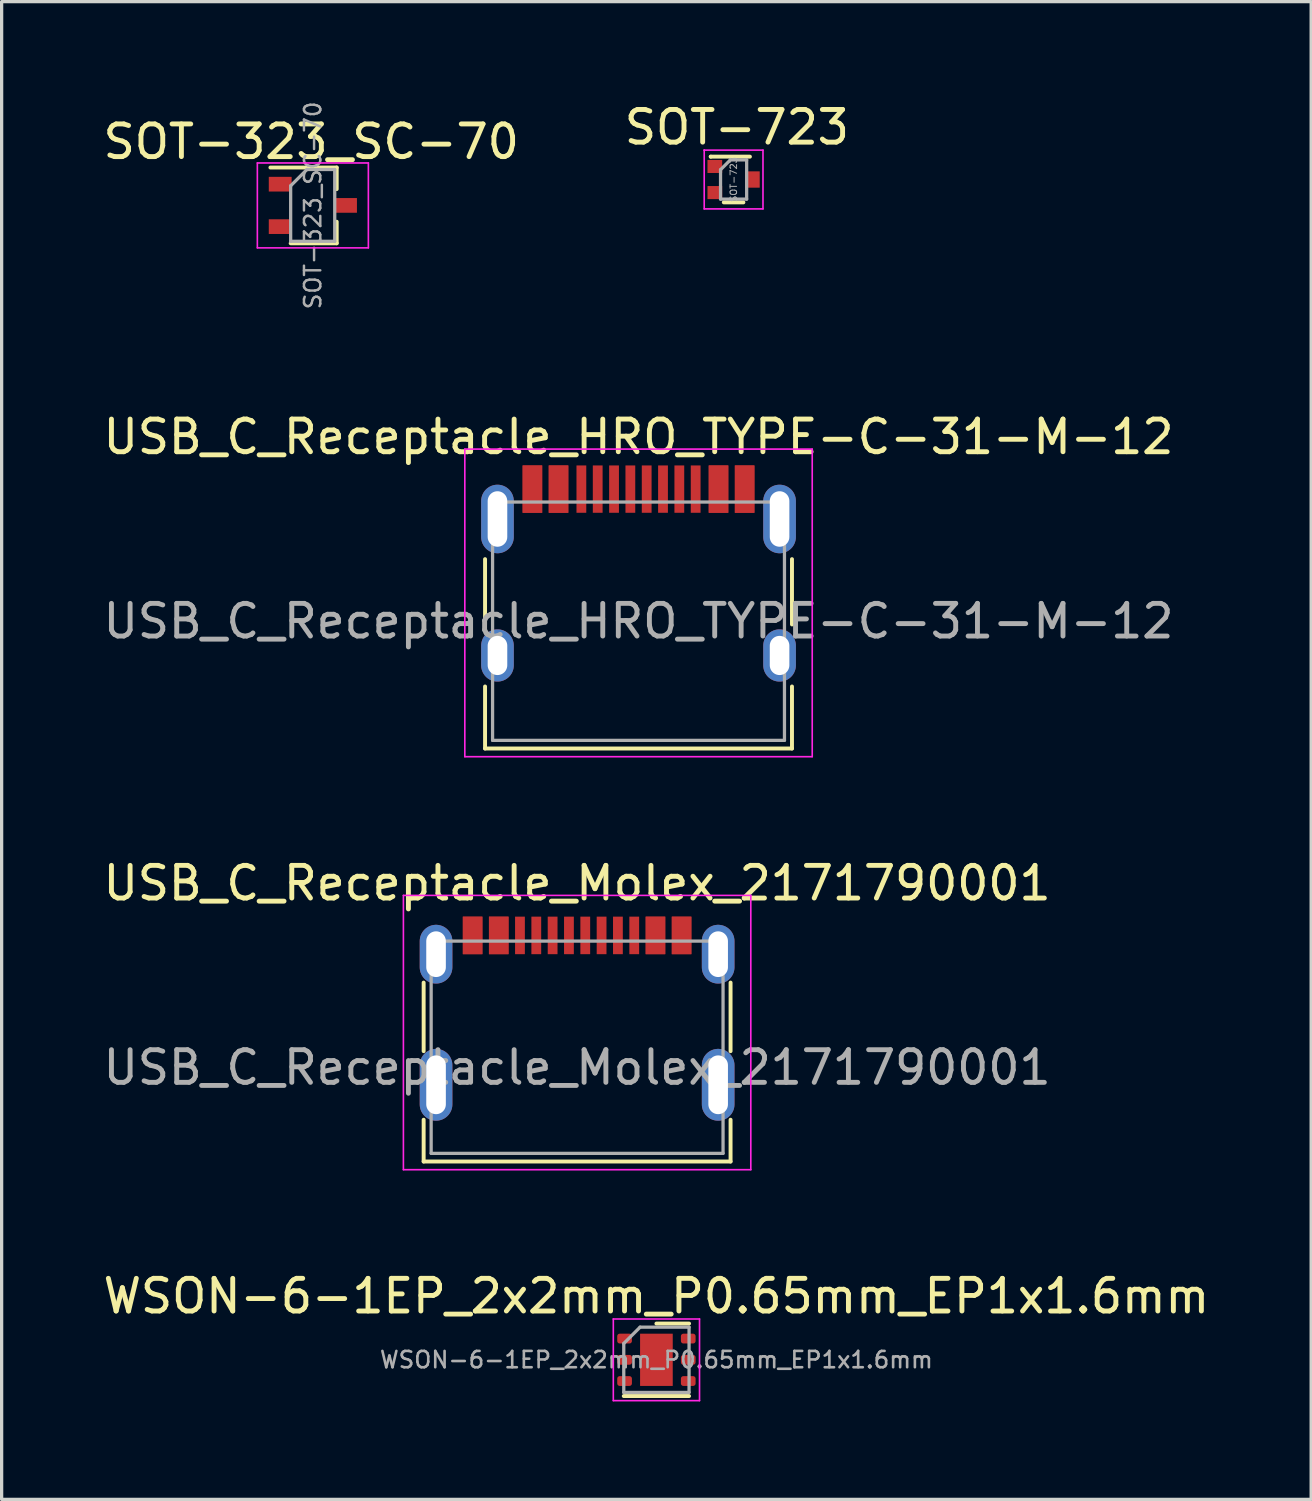
<source format=kicad_pcb>
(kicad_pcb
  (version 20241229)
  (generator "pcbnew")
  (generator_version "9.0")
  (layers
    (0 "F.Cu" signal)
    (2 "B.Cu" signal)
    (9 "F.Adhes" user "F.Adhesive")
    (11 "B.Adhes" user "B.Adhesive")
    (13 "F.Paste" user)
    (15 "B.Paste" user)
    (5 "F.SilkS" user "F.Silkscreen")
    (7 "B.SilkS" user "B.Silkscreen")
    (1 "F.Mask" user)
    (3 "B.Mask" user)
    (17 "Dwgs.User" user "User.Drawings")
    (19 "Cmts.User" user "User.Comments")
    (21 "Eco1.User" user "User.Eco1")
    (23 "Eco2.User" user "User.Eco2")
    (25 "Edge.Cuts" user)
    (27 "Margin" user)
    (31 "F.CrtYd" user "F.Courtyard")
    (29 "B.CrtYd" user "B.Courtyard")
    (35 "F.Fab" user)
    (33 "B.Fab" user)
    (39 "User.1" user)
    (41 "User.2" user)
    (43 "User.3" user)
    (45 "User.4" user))
  (footprint "SOT-323_SC-70"
    (layer "F.Cu")
    (at 6.532 3.241)
    (property "Reference" "SOT-323_SC-70" (at -0.05 -1.95 0) (layer "F.SilkS") (effects (font (size 1 1) (thickness 0.15))))
    (attr smd)
    (fp_line (start -0.68 1.16) (end 0.73 1.16) (stroke (width 0.12) (type solid)) (layer "F.SilkS"))
    (fp_line (start 0.73 -1.16) (end -1.3 -1.16) (stroke (width 0.12) (type solid)) (layer "F.SilkS"))
    (fp_line (start 0.73 -1.16) (end 0.73 -0.5) (stroke (width 0.12) (type solid)) (layer "F.SilkS"))
    (fp_line (start 0.73 0.5) (end 0.73 1.16) (stroke (width 0.12) (type solid)) (layer "F.SilkS"))
    (fp_line (start -1.7 -1.3) (end 1.7 -1.3) (stroke (width 0.05) (type solid)) (layer "F.CrtYd"))
    (fp_line (start -1.7 1.3) (end -1.7 -1.3) (stroke (width 0.05) (type solid)) (layer "F.CrtYd"))
    (fp_line (start 1.7 -1.3) (end 1.7 1.3) (stroke (width 0.05) (type solid)) (layer "F.CrtYd"))
    (fp_line (start 1.7 1.3) (end -1.7 1.3) (stroke (width 0.05) (type solid)) (layer "F.CrtYd"))
    (fp_line (start -0.68 -0.6) (end -0.68 1.1) (stroke (width 0.1) (type solid)) (layer "F.Fab"))
    (fp_line (start -0.18 -1.1) (end -0.68 -0.6) (stroke (width 0.1) (type solid)) (layer "F.Fab"))
    (fp_line (start 0.67 -1.1) (end -0.18 -1.1) (stroke (width 0.1) (type solid)) (layer "F.Fab"))
    (fp_line (start 0.67 -1.1) (end 0.67 1.1) (stroke (width 0.1) (type solid)) (layer "F.Fab"))
    (fp_line (start 0.67 1.1) (end -0.68 1.1) (stroke (width 0.1) (type solid)) (layer "F.Fab"))
    (fp_text user "${REFERENCE}" (at 0 0 90) (layer "F.Fab") (effects (font (size 0.5 0.5) (thickness 0.075))))
    (pad "1" smd rect (at -1 -0.65 90) (size 0.45 0.7) (layers "F.Cu" "F.Mask" "F.Paste"))
    (pad "2" smd rect (at -1 0.65 90) (size 0.45 0.7) (layers "F.Cu" "F.Mask" "F.Paste"))
    (pad "3" smd rect (at 1 0 90) (size 0.45 0.7) (layers "F.Cu" "F.Mask" "F.Paste")))
  (footprint "SOT-723"
    (layer "F.Cu")
    (at 19.418 2.448)
    (property "Reference" "SOT-723" (at 0.1 -1.6 0) (layer "F.SilkS") (effects (font (size 1 1) (thickness 0.15))))
    (attr smd)
    (fp_line (start -0.7 -0.7) (end -0.7 -0.7) (stroke (width 0.12) (type solid)) (layer "F.SilkS"))
    (fp_line (start 0.3 0.7) (end -0.3 0.7) (stroke (width 0.12) (type solid)) (layer "F.SilkS"))
    (fp_line (start 0.5 -0.7) (end -0.7 -0.7) (stroke (width 0.12) (type solid)) (layer "F.SilkS"))
    (fp_line (start -0.9 -0.9) (end -0.9 -0.9) (stroke (width 0.05) (type solid)) (layer "F.CrtYd"))
    (fp_line (start -0.9 -0.9) (end 0.9 -0.9) (stroke (width 0.05) (type solid)) (layer "F.CrtYd"))
    (fp_line (start -0.9 0.9) (end -0.9 -0.9) (stroke (width 0.05) (type solid)) (layer "F.CrtYd"))
    (fp_line (start 0.9 -0.9) (end 0.9 0.9) (stroke (width 0.05) (type solid)) (layer "F.CrtYd"))
    (fp_line (start 0.9 0.9) (end -0.9 0.9) (stroke (width 0.05) (type solid)) (layer "F.CrtYd"))
    (fp_line (start -0.4 -0.3) (end -0.1 -0.6) (stroke (width 0.1) (type solid)) (layer "F.Fab"))
    (fp_line (start -0.4 0.6) (end -0.4 -0.3) (stroke (width 0.1) (type solid)) (layer "F.Fab"))
    (fp_line (start -0.1 -0.6) (end 0.4 -0.6) (stroke (width 0.1) (type solid)) (layer "F.Fab"))
    (fp_line (start 0.4 -0.6) (end 0.4 0.6) (stroke (width 0.1) (type solid)) (layer "F.Fab"))
    (fp_line (start 0.4 0.6) (end -0.4 0.6) (stroke (width 0.1) (type solid)) (layer "F.Fab"))
    (fp_text user "${REFERENCE}" (at 0 0 90) (layer "F.Fab") (effects (font (size 0.2 0.2) (thickness 0.03))))
    (pad "1" smd rect (at -0.575 -0.4 180) (size 0.45 0.4) (layers "F.Cu" "F.Mask" "F.Paste"))
    (pad "2" smd rect (at -0.575 0.4 180) (size 0.45 0.4) (layers "F.Cu" "F.Mask" "F.Paste"))
    (pad "3" smd rect (at 0.575 0 180) (size 0.45 0.5) (layers "F.Cu" "F.Mask" "F.Paste")))
  (footprint "USB_C_Receptacle_Molex_2171790001"
    (layer "F.Cu")
    (at 14.625 29.644)
    (property "Reference" "USB_C_Receptacle_Molex_2171790001" (at 0 -5.645 0) (layer "F.SilkS") (effects (font (size 1 1) (thickness 0.15))))
    (attr smd)
    (fp_line (start -4.7 -2.6) (end -4.7 -0.5) (stroke (width 0.12) (type solid)) (layer "F.SilkS"))
    (fp_line (start -4.7 1.6) (end -4.7 2.88) (stroke (width 0.12) (type solid)) (layer "F.SilkS"))
    (fp_line (start -4.7 2.88) (end 4.7 2.88) (stroke (width 0.12) (type solid)) (layer "F.SilkS"))
    (fp_line (start 4.7 -2.6) (end 4.7 -0.5) (stroke (width 0.12) (type solid)) (layer "F.SilkS"))
    (fp_line (start 4.7 1.6) (end 4.7 2.88) (stroke (width 0.12) (type solid)) (layer "F.SilkS"))
    (fp_line (start -5.32 -5.27) (end -5.32 3.13) (stroke (width 0.05) (type solid)) (layer "F.CrtYd"))
    (fp_line (start -5.32 -5.27) (end 5.32 -5.27) (stroke (width 0.05) (type solid)) (layer "F.CrtYd"))
    (fp_line (start -5.32 3.13) (end 5.32 3.13) (stroke (width 0.05) (type solid)) (layer "F.CrtYd"))
    (fp_line (start 5.32 -5.27) (end 5.32 3.13) (stroke (width 0.05) (type solid)) (layer "F.CrtYd"))
    (fp_line (start -4.47 -3.87) (end -4.47 2.63) (stroke (width 0.1) (type solid)) (layer "F.Fab"))
    (fp_line (start -4.47 -3.87) (end 4.47 -3.87) (stroke (width 0.1) (type solid)) (layer "F.Fab"))
    (fp_line (start -4.47 2.63) (end 4.47 2.63) (stroke (width 0.1) (type solid)) (layer "F.Fab"))
    (fp_line (start 4.47 -3.87) (end 4.47 2.63) (stroke (width 0.1) (type solid)) (layer "F.Fab"))
    (fp_text user "${REFERENCE}" (at 0 0 0) (layer "F.Fab") (effects (font (size 1 1) (thickness 0.15))))
    (pad "A1" smd rect (at -3.2 -4.045 180) (size 0.6 1.15) (layers "F.Cu" "F.Mask" "F.Paste"))
    (pad "A4" smd rect (at -2.4 -4.045 180) (size 0.6 1.15) (layers "F.Cu" "F.Mask" "F.Paste"))
    (pad "A5" smd rect (at -1.25 -4.045 180) (size 0.3 1.15) (layers "F.Cu" "F.Mask" "F.Paste"))
    (pad "A6" smd rect (at -0.25 -4.045 180) (size 0.3 1.15) (layers "F.Cu" "F.Mask" "F.Paste"))
    (pad "A7" smd rect (at 0.25 -4.045 180) (size 0.3 1.15) (layers "F.Cu" "F.Mask" "F.Paste"))
    (pad "A8" smd rect (at 1.25 -4.045 180) (size 0.3 1.15) (layers "F.Cu" "F.Mask" "F.Paste"))
    (pad "A9" smd rect (at 2.4 -4.045 180) (size 0.6 1.15) (layers "F.Cu" "F.Mask" "F.Paste"))
    (pad "A12" smd rect (at 3.2 -4.045 180) (size 0.6 1.15) (layers "F.Cu" "F.Mask" "F.Paste"))
    (pad "B1" smd rect (at 3.2 -4.045 180) (size 0.6 1.15) (layers "F.Cu" "F.Mask" "F.Paste"))
    (pad "B4" smd rect (at 2.4 -4.045 180) (size 0.6 1.15) (layers "F.Cu" "F.Mask" "F.Paste"))
    (pad "B5" smd rect (at 1.75 -4.045 180) (size 0.3 1.15) (layers "F.Cu" "F.Mask" "F.Paste"))
    (pad "B6" smd rect (at 0.75 -4.045 180) (size 0.3 1.15) (layers "F.Cu" "F.Mask" "F.Paste"))
    (pad "B7" smd rect (at -0.75 -4.045 180) (size 0.3 1.15) (layers "F.Cu" "F.Mask" "F.Paste"))
    (pad "B8" smd rect (at -1.75 -4.045 180) (size 0.3 1.15) (layers "F.Cu" "F.Mask" "F.Paste"))
    (pad "B9" smd rect (at -2.4 -4.045 180) (size 0.6 1.15) (layers "F.Cu" "F.Mask" "F.Paste"))
    (pad "B12" smd rect (at -3.2 -4.045 180) (size 0.6 1.15) (layers "F.Cu" "F.Mask" "F.Paste"))
    (pad "S1" thru_hole oval (at -4.32 -3.47 180) (size 1 1.8) (drill oval 0.6 1.4) (layers "*.Cu" "*.Mask"))
    (pad "S1" thru_hole oval (at -4.32 0.53 180) (size 1 2.2) (drill oval 0.6 1.8) (layers "*.Cu" "*.Mask"))
    (pad "S1" thru_hole oval (at 4.32 -3.47 180) (size 1 1.8) (drill oval 0.6 1.4) (layers "*.Cu" "*.Mask"))
    (pad "S1" thru_hole oval (at 4.32 0.53 180) (size 1 2.2) (drill oval 0.6 1.8) (layers "*.Cu" "*.Mask")))
  (footprint "WSON-6-1EP_2x2mm_P0.65mm_EP1x1.6mm"
    (layer "F.Cu")
    (at 17.054 38.597)
    (property "Reference" "WSON-6-1EP_2x2mm_P0.65mm_EP1x1.6mm" (at 0 -1.95 180) (layer "F.SilkS") (effects (font (size 1 1) (thickness 0.15))))
    (attr smd)
    (fp_line (start -1 1.11) (end 1 1.11) (stroke (width 0.12) (type solid)) (layer "F.SilkS"))
    (fp_line (start 0 -1.11) (end 1 -1.11) (stroke (width 0.12) (type solid)) (layer "F.SilkS"))
    (fp_line (start -1.32 -1.25) (end -1.32 1.25) (stroke (width 0.05) (type solid)) (layer "F.CrtYd"))
    (fp_line (start -1.32 1.25) (end 1.32 1.25) (stroke (width 0.05) (type solid)) (layer "F.CrtYd"))
    (fp_line (start 1.32 -1.25) (end -1.32 -1.25) (stroke (width 0.05) (type solid)) (layer "F.CrtYd"))
    (fp_line (start 1.32 1.25) (end 1.32 -1.25) (stroke (width 0.05) (type solid)) (layer "F.CrtYd"))
    (fp_line (start -1 -0.5) (end -0.5 -1) (stroke (width 0.1) (type solid)) (layer "F.Fab"))
    (fp_line (start -1 1) (end -1 -0.5) (stroke (width 0.1) (type solid)) (layer "F.Fab"))
    (fp_line (start -0.5 -1) (end 1 -1) (stroke (width 0.1) (type solid)) (layer "F.Fab"))
    (fp_line (start 1 -1) (end 1 1) (stroke (width 0.1) (type solid)) (layer "F.Fab"))
    (fp_line (start 1 1) (end -1 1) (stroke (width 0.1) (type solid)) (layer "F.Fab"))
    (fp_text user "${REFERENCE}" (at 0 0 180) (layer "F.Fab") (effects (font (size 0.5 0.5) (thickness 0.08))))
    (pad "" smd roundrect (at 0 -0.4) (size 0.81 0.64) (layers "F.Paste") (roundrect_rratio 0.25))
    (pad "" smd roundrect (at 0 0.4) (size 0.81 0.64) (layers "F.Paste") (roundrect_rratio 0.25))
    (pad "1" smd roundrect (at -0.975 -0.65) (size 0.45 0.3) (layers "F.Cu" "F.Mask" "F.Paste") (roundrect_rratio 0.25))
    (pad "2" smd roundrect (at -0.975 0) (size 0.45 0.3) (layers "F.Cu" "F.Mask" "F.Paste") (roundrect_rratio 0.25))
    (pad "3" smd roundrect (at -0.975 0.65) (size 0.45 0.3) (layers "F.Cu" "F.Mask" "F.Paste") (roundrect_rratio 0.25))
    (pad "4" smd roundrect (at 0.975 0.65) (size 0.45 0.3) (layers "F.Cu" "F.Mask" "F.Paste") (roundrect_rratio 0.25))
    (pad "5" smd roundrect (at 0.975 0) (size 0.45 0.3) (layers "F.Cu" "F.Mask" "F.Paste") (roundrect_rratio 0.25))
    (pad "6" smd roundrect (at 0.975 -0.65) (size 0.45 0.3) (layers "F.Cu" "F.Mask" "F.Paste") (roundrect_rratio 0.25))
    (pad "7" smd rect (at 0 0) (size 1 1.6) (layers "F.Cu" "F.Mask")))
  (footprint "USB_C_Receptacle_HRO_TYPE-C-31-M-12"
    (layer "F.Cu")
    (at 16.506 15.975)
    (property "Reference" "USB_C_Receptacle_HRO_TYPE-C-31-M-12" (at 0 -5.645 0) (layer "F.SilkS") (effects (font (size 1 1) (thickness 0.15))))
    (attr smd)
    (fp_line (start -4.7 -1.9) (end -4.7 0.1) (stroke (width 0.12) (type solid)) (layer "F.SilkS"))
    (fp_line (start -4.7 2) (end -4.7 3.9) (stroke (width 0.12) (type solid)) (layer "F.SilkS"))
    (fp_line (start -4.7 3.9) (end 4.7 3.9) (stroke (width 0.12) (type solid)) (layer "F.SilkS"))
    (fp_line (start 4.7 -1.9) (end 4.7 0.1) (stroke (width 0.12) (type solid)) (layer "F.SilkS"))
    (fp_line (start 4.7 2) (end 4.7 3.9) (stroke (width 0.12) (type solid)) (layer "F.SilkS"))
    (fp_line (start -5.32 -5.27) (end -5.32 4.15) (stroke (width 0.05) (type solid)) (layer "F.CrtYd"))
    (fp_line (start -5.32 -5.27) (end 5.32 -5.27) (stroke (width 0.05) (type solid)) (layer "F.CrtYd"))
    (fp_line (start -5.32 4.15) (end 5.32 4.15) (stroke (width 0.05) (type solid)) (layer "F.CrtYd"))
    (fp_line (start 5.32 -5.27) (end 5.32 4.15) (stroke (width 0.05) (type solid)) (layer "F.CrtYd"))
    (fp_line (start -4.47 -3.65) (end -4.47 3.65) (stroke (width 0.1) (type solid)) (layer "F.Fab"))
    (fp_line (start -4.47 -3.65) (end 4.47 -3.65) (stroke (width 0.1) (type solid)) (layer "F.Fab"))
    (fp_line (start -4.47 3.65) (end 4.47 3.65) (stroke (width 0.1) (type solid)) (layer "F.Fab"))
    (fp_line (start 4.47 -3.65) (end 4.47 3.65) (stroke (width 0.1) (type solid)) (layer "F.Fab"))
    (fp_text user "${REFERENCE}" (at 0 0 0) (layer "F.Fab") (effects (font (size 1 1) (thickness 0.15))))
    (pad "A1" smd rect (at -3.25 -4.045 180) (size 0.6 1.45) (layers "F.Cu" "F.Mask" "F.Paste"))
    (pad "A4" smd rect (at -2.45 -4.045 180) (size 0.6 1.45) (layers "F.Cu" "F.Mask" "F.Paste"))
    (pad "A5" smd rect (at -1.25 -4.045 180) (size 0.3 1.45) (layers "F.Cu" "F.Mask" "F.Paste"))
    (pad "A6" smd rect (at -0.25 -4.045 180) (size 0.3 1.45) (layers "F.Cu" "F.Mask" "F.Paste"))
    (pad "A7" smd rect (at 0.25 -4.045 180) (size 0.3 1.45) (layers "F.Cu" "F.Mask" "F.Paste"))
    (pad "A8" smd rect (at 1.25 -4.045 180) (size 0.3 1.45) (layers "F.Cu" "F.Mask" "F.Paste"))
    (pad "A9" smd rect (at 2.45 -4.045 180) (size 0.6 1.45) (layers "F.Cu" "F.Mask" "F.Paste"))
    (pad "A12" smd rect (at 3.25 -4.045 180) (size 0.6 1.45) (layers "F.Cu" "F.Mask" "F.Paste"))
    (pad "B1" smd rect (at 3.25 -4.045 180) (size 0.6 1.45) (layers "F.Cu" "F.Mask" "F.Paste"))
    (pad "B4" smd rect (at 2.45 -4.045 180) (size 0.6 1.45) (layers "F.Cu" "F.Mask" "F.Paste"))
    (pad "B5" smd rect (at 1.75 -4.045 180) (size 0.3 1.45) (layers "F.Cu" "F.Mask" "F.Paste"))
    (pad "B6" smd rect (at 0.75 -4.045 180) (size 0.3 1.45) (layers "F.Cu" "F.Mask" "F.Paste"))
    (pad "B7" smd rect (at -0.75 -4.045 180) (size 0.3 1.45) (layers "F.Cu" "F.Mask" "F.Paste"))
    (pad "B8" smd rect (at -1.75 -4.045 180) (size 0.3 1.45) (layers "F.Cu" "F.Mask" "F.Paste"))
    (pad "B9" smd rect (at -2.45 -4.045 180) (size 0.6 1.45) (layers "F.Cu" "F.Mask" "F.Paste"))
    (pad "B12" smd rect (at -3.25 -4.045 180) (size 0.6 1.45) (layers "F.Cu" "F.Mask" "F.Paste"))
    (pad "S1" thru_hole oval (at -4.32 -3.13 180) (size 1 2.1) (drill oval 0.6 1.7) (layers "*.Cu" "*.Mask"))
    (pad "S1" thru_hole oval (at -4.32 1.05 180) (size 1 1.6) (drill oval 0.6 1.2) (layers "*.Cu" "*.Mask"))
    (pad "S1" thru_hole oval (at 4.32 -3.13 180) (size 1 2.1) (drill oval 0.6 1.7) (layers "*.Cu" "*.Mask"))
    (pad "S1" thru_hole oval (at 4.32 1.05 180) (size 1 1.6) (drill oval 0.6 1.2) (layers "*.Cu" "*.Mask")))
  (gr_rect
    (start -3 -3)
    (end 37.107 42.872)
    (stroke (width 0.1) (type default))
    (fill no)
    (layer "Edge.Cuts")))
</source>
